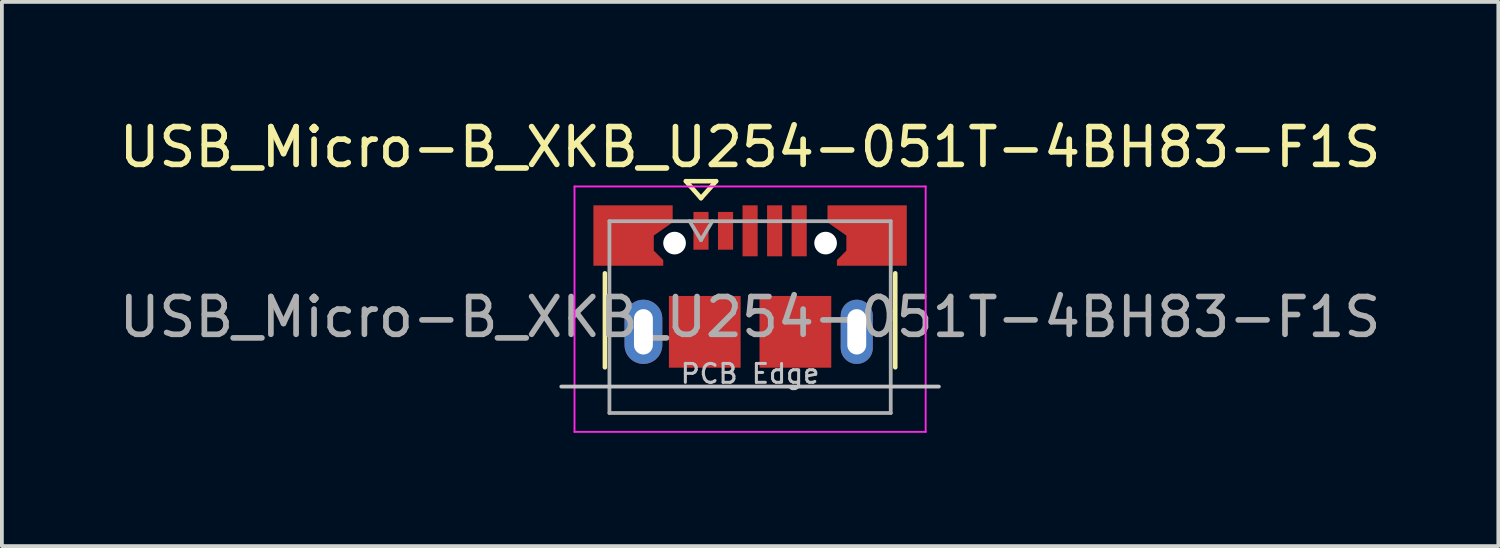
<source format=kicad_pcb>
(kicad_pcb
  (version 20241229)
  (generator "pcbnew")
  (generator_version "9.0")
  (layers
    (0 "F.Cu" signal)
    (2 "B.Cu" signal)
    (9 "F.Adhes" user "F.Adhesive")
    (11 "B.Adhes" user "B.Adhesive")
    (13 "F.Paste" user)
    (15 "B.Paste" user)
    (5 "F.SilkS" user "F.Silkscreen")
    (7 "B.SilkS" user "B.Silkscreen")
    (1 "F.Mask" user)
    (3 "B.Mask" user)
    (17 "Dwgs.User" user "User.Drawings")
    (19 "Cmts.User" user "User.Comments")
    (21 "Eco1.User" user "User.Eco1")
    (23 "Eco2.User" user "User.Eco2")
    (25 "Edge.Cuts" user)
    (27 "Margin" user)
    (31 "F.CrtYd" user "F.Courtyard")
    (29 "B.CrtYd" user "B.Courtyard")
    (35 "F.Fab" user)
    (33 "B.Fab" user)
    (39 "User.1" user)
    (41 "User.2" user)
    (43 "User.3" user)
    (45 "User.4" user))
  (footprint "USB_Micro-B_XKB_U254-051T-4BH83-F1S"
    (layer "F.Cu")
    (at 16.815 5.348)
    (property "Reference" "USB_Micro-B_XKB_U254-051T-4BH83-F1S" (at 0 -4.5 0) (layer "F.SilkS") (effects (font (size 1 1) (thickness 0.15))))
    (attr smd)
    (fp_line (start -3.845 -1.16) (end -3.845 1.33) (stroke (width 0.12) (type solid)) (layer "F.SilkS"))
    (fp_line (start -1.7 -3.6) (end -0.9 -3.6) (stroke (width 0.12) (type solid)) (layer "F.SilkS"))
    (fp_line (start -1.3 -3.15) (end -1.7 -3.6) (stroke (width 0.12) (type solid)) (layer "F.SilkS"))
    (fp_line (start -0.9 -3.6) (end -1.3 -3.15) (stroke (width 0.12) (type solid)) (layer "F.SilkS"))
    (fp_line (start 3.845 -1.16) (end 3.845 1.33) (stroke (width 0.12) (type solid)) (layer "F.SilkS"))
    (fp_line (start -5 1.84) (end 5 1.84) (stroke (width 0.1) (type solid)) (layer "Dwgs.User"))
    (fp_line (start -4.65 -3.46) (end 4.65 -3.46) (stroke (width 0.05) (type solid)) (layer "F.CrtYd"))
    (fp_line (start -4.65 3.04) (end -4.65 -3.46) (stroke (width 0.05) (type solid)) (layer "F.CrtYd"))
    (fp_line (start -4.65 3.04) (end 4.65 3.04) (stroke (width 0.05) (type solid)) (layer "F.CrtYd"))
    (fp_line (start 4.65 3.04) (end 4.65 -3.46) (stroke (width 0.05) (type solid)) (layer "F.CrtYd"))
    (fp_line (start -3.725 -2.54) (end 3.725 -2.54) (stroke (width 0.1) (type solid)) (layer "F.Fab"))
    (fp_line (start -3.725 2.54) (end -3.725 -2.54) (stroke (width 0.1) (type solid)) (layer "F.Fab"))
    (fp_line (start -3.725 2.54) (end 3.725 2.54) (stroke (width 0.1) (type solid)) (layer "F.Fab"))
    (fp_line (start -1.6 -2.54) (end -1.3 -2.04) (stroke (width 0.1) (type solid)) (layer "F.Fab"))
    (fp_line (start -1.3 -2.04) (end -1 -2.54) (stroke (width 0.1) (type solid)) (layer "F.Fab"))
    (fp_line (start 3.725 2.54) (end 3.725 -2.54) (stroke (width 0.1) (type solid)) (layer "F.Fab"))
    (fp_text user "PCB Edge" (at 0 1.5 0) (layer "Dwgs.User") (effects (font (size 0.5 0.5) (thickness 0.08))))
    (fp_text user "${REFERENCE}" (at 0 0 0) (unlocked yes) (layer "F.Fab") (effects (font (size 1 1) (thickness 0.15))))
    (pad "" np_thru_hole circle (at -2 -1.96) (size 0.6 0.6) (drill 0.6) (layers "*.Cu" "*.Mask"))
    (pad "" np_thru_hole circle (at 2 -1.96) (size 0.6 0.6) (drill 0.6) (layers "*.Cu" "*.Mask"))
    (pad "1" smd rect (at -1.3 -2.285) (size 0.4 1) (layers "F.Cu" "F.Mask" "F.Paste"))
    (pad "2" smd rect (at -0.65 -2.285) (size 0.4 1) (layers "F.Cu" "F.Mask" "F.Paste"))
    (pad "3" smd rect (at 0 -2.285) (size 0.4 1.35) (layers "F.Cu" "F.Mask" "F.Paste"))
    (pad "4" smd rect (at 0.65 -2.285) (size 0.4 1.35) (layers "F.Cu" "F.Mask" "F.Paste"))
    (pad "5" smd rect (at 1.3 -2.285) (size 0.4 1.35) (layers "F.Cu" "F.Mask" "F.Paste"))
    (pad "6" smd custom (at -3.1 -2.16) (size 1 1.1) (layers "F.Cu" "F.Mask" "F.Paste") (options (anchor rect)) (primitives (gr_poly (pts (xy 0.8 0.8) (xy -1.05 0.8) (xy -1.05 -0.8) (xy 1.05 -0.8) (xy 1.05 -0.35) (xy 0.55 0) (xy 0.55 0.4) (xy 0.8 0.65)) (width 0) (fill yes))))
    (pad "6" thru_hole oval (at -2.825 0.39) (size 1 1.7) (drill oval 0.5 1.2) (layers "*.Cu" "*.Mask"))
    (pad "6" smd rect (at -1.2 0.39) (size 1.9 1.9) (layers "F.Cu" "F.Mask" "F.Paste"))
    (pad "6" smd rect (at 1.2 0.39) (size 1.9 1.9) (layers "F.Cu" "F.Mask" "F.Paste"))
    (pad "6" thru_hole oval (at 2.825 0.39) (size 0.85 1.7) (drill oval 0.5 1.2) (layers "*.Cu" "*.Mask"))
    (pad "6" smd custom (at 3.1 -2.16) (size 1 1.1) (layers "F.Cu" "F.Mask" "F.Paste") (options (anchor rect)) (primitives (gr_poly (pts (xy -0.8 0.8) (xy 1.05 0.8) (xy 1.05 -0.8) (xy -1.05 -0.8) (xy -1.05 -0.35) (xy -0.55 0) (xy -0.55 0.4) (xy -0.8 0.65)) (width 0) (fill yes)))))
  (gr_rect
    (start -3 -3)
    (end 36.631 11.413)
    (stroke (width 0.1) (type default))
    (fill no)
    (layer "Edge.Cuts")))
</source>
